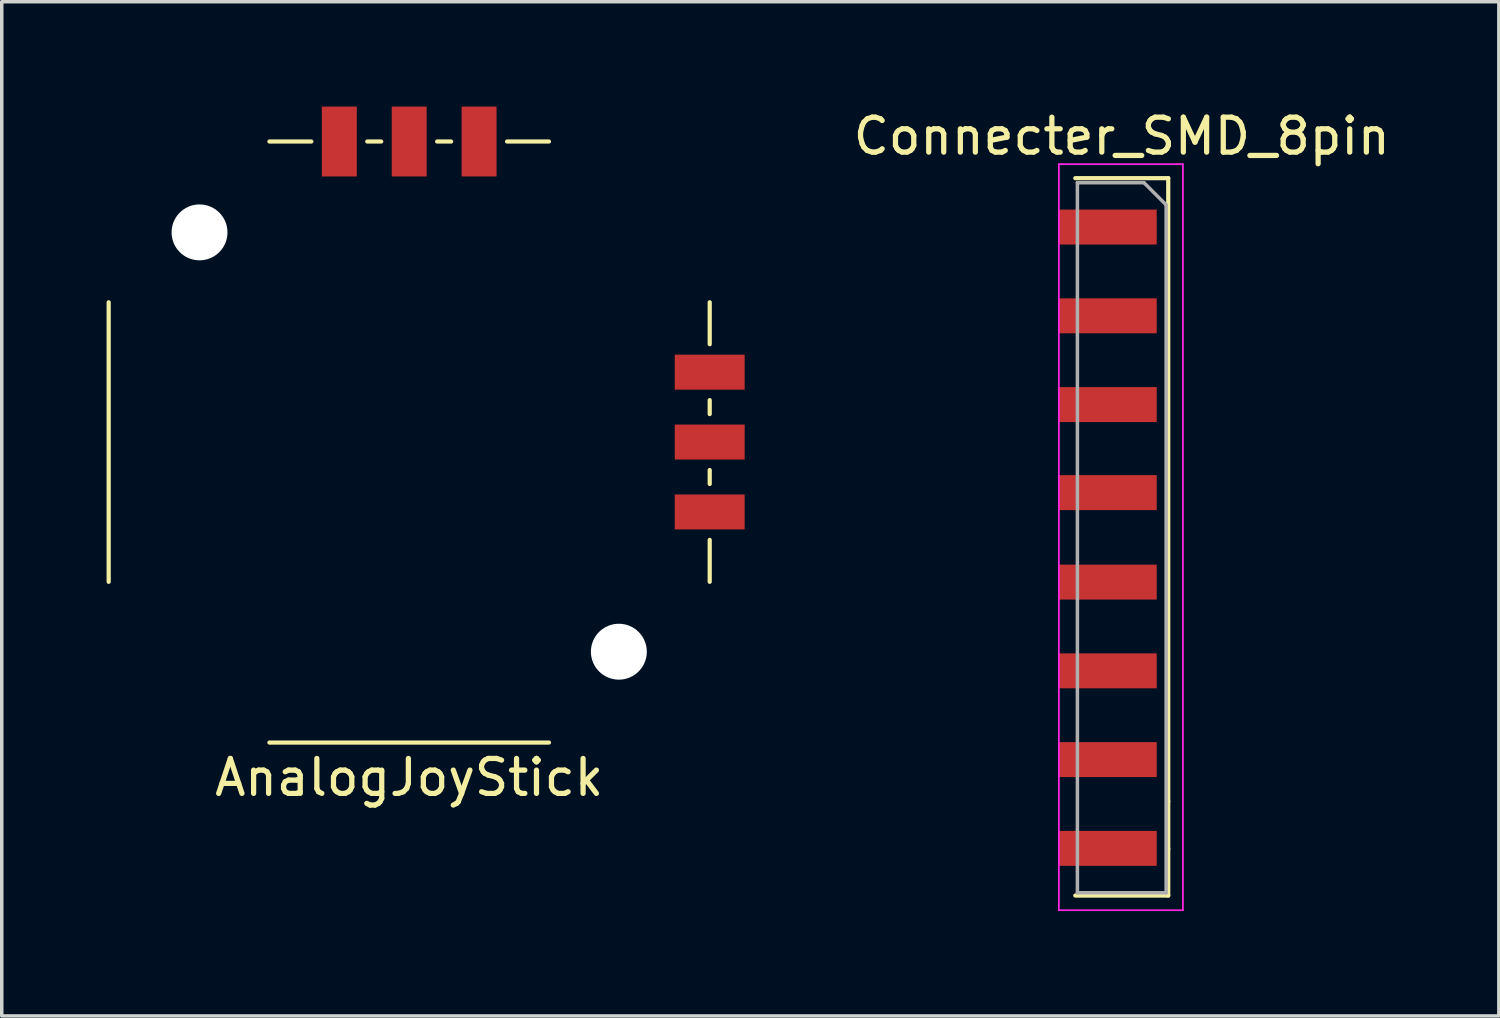
<source format=kicad_pcb>
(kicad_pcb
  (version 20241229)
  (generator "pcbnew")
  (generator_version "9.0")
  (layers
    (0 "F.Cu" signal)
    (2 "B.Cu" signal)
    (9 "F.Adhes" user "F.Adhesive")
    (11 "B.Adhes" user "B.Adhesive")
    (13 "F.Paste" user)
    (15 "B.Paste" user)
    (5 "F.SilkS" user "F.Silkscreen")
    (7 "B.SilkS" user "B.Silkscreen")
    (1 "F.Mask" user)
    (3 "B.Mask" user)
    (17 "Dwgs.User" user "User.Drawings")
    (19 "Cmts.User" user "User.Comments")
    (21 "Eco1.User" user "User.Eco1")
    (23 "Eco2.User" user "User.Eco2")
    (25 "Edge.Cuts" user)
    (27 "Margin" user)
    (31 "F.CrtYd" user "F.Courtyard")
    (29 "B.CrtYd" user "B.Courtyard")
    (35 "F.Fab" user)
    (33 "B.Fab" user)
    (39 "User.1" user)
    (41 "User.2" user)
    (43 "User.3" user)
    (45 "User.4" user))
  (footprint "AnalogJoyStick"
    (layer "F.Cu")
    (at 8.66 9.6)
    (property "Reference" "AnalogJoyStick" (at 0 9.6 0) (layer "F.SilkS") (effects (font (size 1 1) (thickness 0.15))))
    (attr through_hole)
    (fp_line (start -8.6 4) (end -8.6 -4) (stroke (width 0.12) (type solid)) (layer "F.SilkS"))
    (fp_line (start -4 -8.6) (end -2.8 -8.6) (stroke (width 0.12) (type solid)) (layer "F.SilkS"))
    (fp_line (start -4 8.6) (end 4 8.6) (stroke (width 0.12) (type solid)) (layer "F.SilkS"))
    (fp_line (start -1.2 -8.6) (end -0.8 -8.6) (stroke (width 0.12) (type solid)) (layer "F.SilkS"))
    (fp_line (start 0.8 -8.6) (end 1.2 -8.6) (stroke (width 0.12) (type solid)) (layer "F.SilkS"))
    (fp_line (start 4 -8.6) (end 2.8 -8.6) (stroke (width 0.12) (type solid)) (layer "F.SilkS"))
    (fp_line (start 8.6 -4) (end 8.6 -2.8) (stroke (width 0.12) (type solid)) (layer "F.SilkS"))
    (fp_line (start 8.6 -0.8) (end 8.6 -1.2) (stroke (width 0.12) (type solid)) (layer "F.SilkS"))
    (fp_line (start 8.6 1.2) (end 8.6 0.8) (stroke (width 0.12) (type solid)) (layer "F.SilkS"))
    (fp_line (start 8.6 4) (end 8.6 2.8) (stroke (width 0.12) (type solid)) (layer "F.SilkS"))
    (pad "" np_thru_hole circle (at -6 -6) (size 1.6 1.6) (drill 1.6) (layers "*.Cu" "*.Mask"))
    (pad "" np_thru_hole circle (at 6 6) (size 1.6 1.6) (drill 1.6) (layers "*.Cu" "*.Mask"))
    (pad "1" smd rect (at 2 -8.6) (size 1 2) (layers "F.Cu" "F.Mask" "F.Paste"))
    (pad "2" smd rect (at 0 -8.6) (size 1 2) (layers "F.Cu" "F.Mask" "F.Paste"))
    (pad "3" smd rect (at -2 -8.6) (size 1 2) (layers "F.Cu" "F.Mask" "F.Paste"))
    (pad "4" smd rect (at 8.6 2) (size 2 1) (layers "F.Cu" "F.Mask" "F.Paste"))
    (pad "5" smd rect (at 8.6 0) (size 2 1) (layers "F.Cu" "F.Mask" "F.Paste"))
    (pad "6" smd rect (at 8.6 -2) (size 2 1) (layers "F.Cu" "F.Mask" "F.Paste")))
  (footprint "Connecter_SMD_8pin"
    (layer "F.Cu")
    (at 29.052 3.448)
    (property "Reference" "Connecter_SMD_8pin" (at 0 -2.6 0) (layer "F.SilkS") (effects (font (size 1 1) (thickness 0.15))))
    (attr through_hole)
    (fp_line (start -1.33 -1.4) (end 1.33 -1.4) (stroke (width 0.12) (type solid)) (layer "F.SilkS"))
    (fp_line (start -1.33 19.13) (end 1.33 19.13) (stroke (width 0.12) (type solid)) (layer "F.SilkS"))
    (fp_line (start 1.33 -1.4) (end 1.33 16.44) (stroke (width 0.12) (type solid)) (layer "F.SilkS"))
    (fp_line (start 1.33 16.44) (end 1.33 17.8) (stroke (width 0.12) (type solid)) (layer "F.SilkS"))
    (fp_line (start 1.33 17.8) (end 1.33 19.13) (stroke (width 0.12) (type solid)) (layer "F.SilkS"))
    (fp_line (start -1.8 -1.8) (end 1.75 -1.8) (stroke (width 0.05) (type solid)) (layer "F.CrtYd"))
    (fp_line (start -1.8 19.55) (end -1.8 -1.8) (stroke (width 0.05) (type solid)) (layer "F.CrtYd"))
    (fp_line (start 1.75 -1.8) (end 1.75 19.55) (stroke (width 0.05) (type solid)) (layer "F.CrtYd"))
    (fp_line (start 1.75 19.55) (end -1.8 19.55) (stroke (width 0.05) (type solid)) (layer "F.CrtYd"))
    (fp_line (start -1.27 -1.27) (end 0.635 -1.27) (stroke (width 0.1) (type solid)) (layer "F.Fab"))
    (fp_line (start -1.27 19.05) (end -1.27 -1.27) (stroke (width 0.1) (type solid)) (layer "F.Fab"))
    (fp_line (start 0.635 -1.27) (end 1.27 -0.635) (stroke (width 0.1) (type solid)) (layer "F.Fab"))
    (fp_line (start 1.27 -0.635) (end 1.27 19.05) (stroke (width 0.1) (type solid)) (layer "F.Fab"))
    (fp_line (start 1.27 19.05) (end -1.27 19.05) (stroke (width 0.1) (type solid)) (layer "F.Fab"))
    (pad "1" smd rect (at -0.4 17.78) (size 2.8 1) (layers "F.Cu" "F.Mask" "F.Paste"))
    (pad "2" smd rect (at -0.4 15.24) (size 2.8 1) (layers "F.Cu" "F.Mask" "F.Paste"))
    (pad "3" smd rect (at -0.4 12.7) (size 2.8 1) (layers "F.Cu" "F.Mask" "F.Paste"))
    (pad "4" smd rect (at -0.4 10.16) (size 2.8 1) (layers "F.Cu" "F.Mask" "F.Paste"))
    (pad "5" smd rect (at -0.4 7.6) (size 2.8 1) (layers "F.Cu" "F.Mask" "F.Paste"))
    (pad "6" smd rect (at -0.4 5.08) (size 2.8 1) (layers "F.Cu" "F.Mask" "F.Paste"))
    (pad "7" smd rect (at -0.4 2.54) (size 2.8 1) (layers "F.Cu" "F.Mask" "F.Paste"))
    (pad "8" smd rect (at -0.4 0) (size 2.8 1) (layers "F.Cu" "F.Mask" "F.Paste")))
  (gr_rect
    (start -3 -3)
    (end 39.843 26.023)
    (stroke (width 0.1) (type default))
    (fill no)
    (layer "Edge.Cuts")))
</source>
